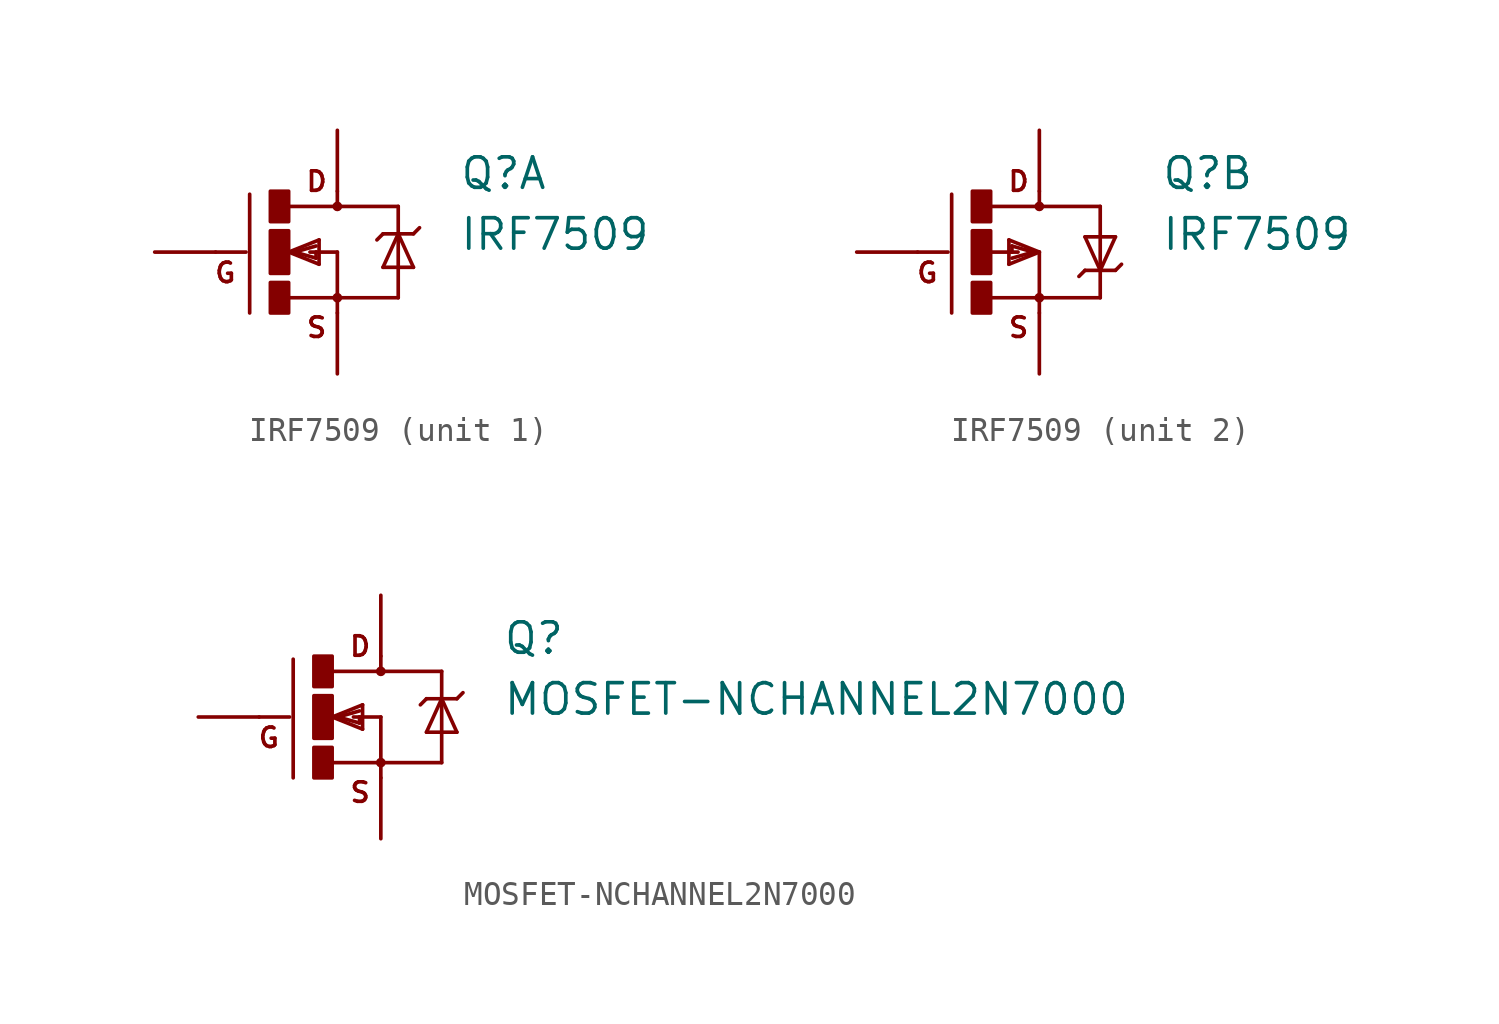
<source format=kicad_sym>
(kicad_symbol_lib
  (version 20211014)
  (generator kicad_symbol_editor)
  (symbol "IRF7509"
    (pin_numbers hide)
    (pin_names
      (offset 1.016) hide)
    (property "Reference" "Q"
      (at 5.08 2.54 0)
      (effects (font (size 1.27 1.27)) (justify left bottom)))
    (property "Value" "IRF7509"
      (at 5.08 0 0)
      (effects (font (size 1.27 1.27)) (justify left bottom)))
    (property "ki_locked" ""
      (at 0 0 0)
      (effects (font (size 1.27 1.27))))
    (symbol "IRF7509_1_0"
      (polyline (pts (xy -3.81 0) (xy -5.08 0)) (stroke (width 0) (type default) (color 0 0 0 0)) (fill (type none)))
      (polyline (pts (xy -3.658 2.413) (xy -3.658 -2.54)) (stroke (width 0) (type default) (color 0 0 0 0)) (fill (type none)))
      (polyline (pts (xy -2.032 -1.905) (xy 0 -1.905)) (stroke (width 0) (type default) (color 0 0 0 0)) (fill (type none)))
      (polyline (pts (xy -2.032 0) (xy -0.762 -0.508)) (stroke (width 0) (type default) (color 0 0 0 0)) (fill (type none)))
      (polyline (pts (xy -1.778 0) (xy -0.889 -0.254)) (stroke (width 0) (type default) (color 0 0 0 0)) (fill (type none)))
      (polyline (pts (xy -0.889 -0.254) (xy -0.889 0)) (stroke (width 0) (type default) (color 0 0 0 0)) (fill (type none)))
      (polyline (pts (xy -0.889 0) (xy -1.143 0)) (stroke (width 0) (type default) (color 0 0 0 0)) (fill (type none)))
      (polyline (pts (xy -0.889 0) (xy 0 0)) (stroke (width 0) (type default) (color 0 0 0 0)) (fill (type none)))
      (polyline (pts (xy -0.889 0.254) (xy -1.778 0)) (stroke (width 0) (type default) (color 0 0 0 0)) (fill (type none)))
      (polyline (pts (xy -0.762 -0.508) (xy -0.762 0.508)) (stroke (width 0) (type default) (color 0 0 0 0)) (fill (type none)))
      (polyline (pts (xy -0.762 0.508) (xy -2.032 0)) (stroke (width 0) (type default) (color 0 0 0 0)) (fill (type none)))
      (polyline (pts (xy 0 -1.905) (xy 0 -2.54)) (stroke (width 0) (type default) (color 0 0 0 0)) (fill (type none)))
      (polyline (pts (xy 0 0) (xy 0 -1.905)) (stroke (width 0) (type default) (color 0 0 0 0)) (fill (type none)))
      (polyline (pts (xy 0 1.905) (xy -2.007 1.905)) (stroke (width 0) (type default) (color 0 0 0 0)) (fill (type none)))
      (polyline (pts (xy 0 1.905) (xy 2.54 1.905)) (stroke (width 0) (type default) (color 0 0 0 0)) (fill (type none)))
      (polyline (pts (xy 0 2.54) (xy 0 1.905)) (stroke (width 0) (type default) (color 0 0 0 0)) (fill (type none)))
      (polyline (pts (xy 1.905 -0.635) (xy 3.175 -0.635)) (stroke (width 0) (type default) (color 0 0 0 0)) (fill (type none)))
      (polyline (pts (xy 1.905 0.762) (xy 1.651 0.508)) (stroke (width 0) (type default) (color 0 0 0 0)) (fill (type none)))
      (polyline (pts (xy 1.905 0.762) (xy 2.54 0.762)) (stroke (width 0) (type default) (color 0 0 0 0)) (fill (type none)))
      (polyline (pts (xy 2.54 -1.905) (xy 0 -1.905)) (stroke (width 0) (type default) (color 0 0 0 0)) (fill (type none)))
      (polyline (pts (xy 2.54 0.762) (xy 1.905 -0.635)) (stroke (width 0) (type default) (color 0 0 0 0)) (fill (type none)))
      (polyline (pts (xy 2.54 0.762) (xy 2.54 -1.905)) (stroke (width 0) (type default) (color 0 0 0 0)) (fill (type none)))
      (polyline (pts (xy 2.54 0.762) (xy 3.175 0.762)) (stroke (width 0) (type default) (color 0 0 0 0)) (fill (type none)))
      (polyline (pts (xy 2.54 1.905) (xy 2.54 0.762)) (stroke (width 0) (type default) (color 0 0 0 0)) (fill (type none)))
      (polyline (pts (xy 3.175 -0.635) (xy 2.54 0.762)) (stroke (width 0) (type default) (color 0 0 0 0)) (fill (type none)))
      (polyline (pts (xy 3.175 0.762) (xy 3.429 1.016)) (stroke (width 0) (type default) (color 0 0 0 0)) (fill (type none)))
      (text "D" (at -0.864 2.946 0) (effects (font (size 0.813 0.813))))
      (text "G" (at -4.674 -0.864 0) (effects (font (size 0.813 0.813))))
      (text "S" (at -0.864 -3.15 0) (effects (font (size 0.813 0.813)))))
    (symbol "IRF7509_1_1"
      (rectangle (start -2.794 -2.54) (end -2.032 -1.27) (stroke (width 0) (type default) (color 0 0 0 0)) (fill (type outline)))
      (rectangle (start -2.794 -0.889) (end -2.032 0.889) (stroke (width 0) (type default) (color 0 0 0 0)) (fill (type outline)))
      (rectangle (start -2.794 1.27) (end -2.032 2.54) (stroke (width 0) (type default) (color 0 0 0 0)) (fill (type outline)))
      (circle (center 0 -1.905) (radius 0.127) (stroke (width 0) (type default) (color 0 0 0 0)) (fill (type outline)))
      (circle (center 0 1.905) (radius 0.127) (stroke (width 0) (type default) (color 0 0 0 0)) (fill (type outline)))
      (pin passive line (at 0 -5.08 90) (length 2.54) (name "S" (effects (font (size 1.016 1.016)))) (number "1" (effects (font (size 1.016 1.016)))))
      (pin passive line (at -7.62 0 0) (length 2.54) (name "G" (effects (font (size 1.016 1.016)))) (number "2" (effects (font (size 1.016 1.016)))))
      (pin passive line (at 0 5.08 270) (length 2.54) (name "D" (effects (font (size 1.016 1.016)))) (number "7" (effects (font (size 1.016 1.016)))))
      (pin passive line (at 0 5.08 270) (length 2.54) hide (name "D" (effects (font (size 1.016 1.016)))) (number "8" (effects (font (size 1.016 1.016))))))
    (symbol "IRF7509_2_0"
      (polyline (pts (xy -3.81 0) (xy -5.08 0)) (stroke (width 0) (type default) (color 0 0 0 0)) (fill (type none)))
      (polyline (pts (xy -3.658 2.413) (xy -3.658 -2.54)) (stroke (width 0) (type default) (color 0 0 0 0)) (fill (type none)))
      (polyline (pts (xy -2.032 -1.905) (xy 0 -1.905)) (stroke (width 0) (type default) (color 0 0 0 0)) (fill (type none)))
      (polyline (pts (xy -1.27 -0.508) (xy 0 0)) (stroke (width 0) (type default) (color 0 0 0 0)) (fill (type none)))
      (polyline (pts (xy -1.27 0.508) (xy -1.27 -0.508)) (stroke (width 0) (type default) (color 0 0 0 0)) (fill (type none)))
      (polyline (pts (xy -1.143 -0.254) (xy -0.254 0)) (stroke (width 0) (type default) (color 0 0 0 0)) (fill (type none)))
      (polyline (pts (xy -1.143 0) (xy -2.032 0)) (stroke (width 0) (type default) (color 0 0 0 0)) (fill (type none)))
      (polyline (pts (xy -1.143 0) (xy -0.889 0)) (stroke (width 0) (type default) (color 0 0 0 0)) (fill (type none)))
      (polyline (pts (xy -1.143 0.254) (xy -1.143 0)) (stroke (width 0) (type default) (color 0 0 0 0)) (fill (type none)))
      (polyline (pts (xy -0.254 0) (xy -1.143 0.254)) (stroke (width 0) (type default) (color 0 0 0 0)) (fill (type none)))
      (polyline (pts (xy 0 -1.905) (xy 0 -2.54)) (stroke (width 0) (type default) (color 0 0 0 0)) (fill (type none)))
      (polyline (pts (xy 0 0) (xy -1.27 0.508)) (stroke (width 0) (type default) (color 0 0 0 0)) (fill (type none)))
      (polyline (pts (xy 0 0) (xy 0 -1.905)) (stroke (width 0) (type default) (color 0 0 0 0)) (fill (type none)))
      (polyline (pts (xy 0 1.905) (xy -2.007 1.905)) (stroke (width 0) (type default) (color 0 0 0 0)) (fill (type none)))
      (polyline (pts (xy 0 1.905) (xy 2.54 1.905)) (stroke (width 0) (type default) (color 0 0 0 0)) (fill (type none)))
      (polyline (pts (xy 0 2.54) (xy 0 1.905)) (stroke (width 0) (type default) (color 0 0 0 0)) (fill (type none)))
      (polyline (pts (xy 1.905 -0.762) (xy 1.651 -1.016)) (stroke (width 0) (type default) (color 0 0 0 0)) (fill (type none)))
      (polyline (pts (xy 1.905 0.635) (xy 2.54 -0.762)) (stroke (width 0) (type default) (color 0 0 0 0)) (fill (type none)))
      (polyline (pts (xy 2.54 -1.905) (xy 0 -1.905)) (stroke (width 0) (type default) (color 0 0 0 0)) (fill (type none)))
      (polyline (pts (xy 2.54 -1.905) (xy 2.54 -0.762)) (stroke (width 0) (type default) (color 0 0 0 0)) (fill (type none)))
      (polyline (pts (xy 2.54 -0.762) (xy 1.905 -0.762)) (stroke (width 0) (type default) (color 0 0 0 0)) (fill (type none)))
      (polyline (pts (xy 2.54 -0.762) (xy 2.54 1.905)) (stroke (width 0) (type default) (color 0 0 0 0)) (fill (type none)))
      (polyline (pts (xy 2.54 -0.762) (xy 3.175 0.635)) (stroke (width 0) (type default) (color 0 0 0 0)) (fill (type none)))
      (polyline (pts (xy 3.175 -0.762) (xy 2.54 -0.762)) (stroke (width 0) (type default) (color 0 0 0 0)) (fill (type none)))
      (polyline (pts (xy 3.175 -0.762) (xy 3.429 -0.508)) (stroke (width 0) (type default) (color 0 0 0 0)) (fill (type none)))
      (polyline (pts (xy 3.175 0.635) (xy 1.905 0.635)) (stroke (width 0) (type default) (color 0 0 0 0)) (fill (type none)))
      (text "D" (at -0.864 2.946 0) (effects (font (size 0.813 0.813))))
      (text "G" (at -4.674 -0.864 0) (effects (font (size 0.813 0.813))))
      (text "S" (at -0.864 -3.15 0) (effects (font (size 0.813 0.813)))))
    (symbol "IRF7509_2_1"
      (rectangle (start -2.794 -2.54) (end -2.032 -1.27) (stroke (width 0) (type default) (color 0 0 0 0)) (fill (type outline)))
      (rectangle (start -2.794 -0.889) (end -2.032 0.889) (stroke (width 0) (type default) (color 0 0 0 0)) (fill (type outline)))
      (rectangle (start -2.794 1.27) (end -2.032 2.54) (stroke (width 0) (type default) (color 0 0 0 0)) (fill (type outline)))
      (circle (center 0 -1.905) (radius 0.127) (stroke (width 0) (type default) (color 0 0 0 0)) (fill (type outline)))
      (circle (center 0 1.905) (radius 0.127) (stroke (width 0) (type default) (color 0 0 0 0)) (fill (type outline)))
      (pin passive line (at 0 -5.08 90) (length 2.54) (name "S" (effects (font (size 1.016 1.016)))) (number "3" (effects (font (size 1.016 1.016)))))
      (pin passive line (at -7.62 0 0) (length 2.54) (name "G" (effects (font (size 1.016 1.016)))) (number "4" (effects (font (size 1.016 1.016)))))
      (pin passive line (at 0 5.08 270) (length 2.54) (name "D" (effects (font (size 1.016 1.016)))) (number "5" (effects (font (size 1.016 1.016)))))
      (pin passive line (at 0 5.08 270) (length 2.54) hide (name "D" (effects (font (size 1.016 1.016)))) (number "6" (effects (font (size 1.016 1.016)))))))
  (symbol "MOSFET-NCHANNEL2N7000"
    (pin_numbers hide)
    (pin_names
      (offset 1.016) hide)
    (property "Reference" "Q"
      (at 5.08 2.54 0)
      (effects (font (size 1.27 1.27)) (justify left bottom)))
    (property "Value" "MOSFET-NCHANNEL2N7000"
      (at 5.08 0 0)
      (effects (font (size 1.27 1.27)) (justify left bottom)))
    (property "ki_locked" ""
      (at 0 0 0)
      (effects (font (size 1.27 1.27))))
    (symbol "MOSFET-NCHANNEL2N7000_1_0"
      (polyline (pts (xy -3.81 0) (xy -5.08 0)) (stroke (width 0) (type default) (color 0 0 0 0)) (fill (type none)))
      (polyline (pts (xy -3.658 2.413) (xy -3.658 -2.54)) (stroke (width 0) (type default) (color 0 0 0 0)) (fill (type none)))
      (polyline (pts (xy -2.032 -1.905) (xy 0 -1.905)) (stroke (width 0) (type default) (color 0 0 0 0)) (fill (type none)))
      (polyline (pts (xy -2.032 0) (xy -0.762 -0.508)) (stroke (width 0) (type default) (color 0 0 0 0)) (fill (type none)))
      (polyline (pts (xy -1.778 0) (xy -0.889 -0.254)) (stroke (width 0) (type default) (color 0 0 0 0)) (fill (type none)))
      (polyline (pts (xy -0.889 -0.254) (xy -0.889 0)) (stroke (width 0) (type default) (color 0 0 0 0)) (fill (type none)))
      (polyline (pts (xy -0.889 0) (xy -1.143 0)) (stroke (width 0) (type default) (color 0 0 0 0)) (fill (type none)))
      (polyline (pts (xy -0.889 0) (xy 0 0)) (stroke (width 0) (type default) (color 0 0 0 0)) (fill (type none)))
      (polyline (pts (xy -0.889 0.254) (xy -1.778 0)) (stroke (width 0) (type default) (color 0 0 0 0)) (fill (type none)))
      (polyline (pts (xy -0.762 -0.508) (xy -0.762 0.508)) (stroke (width 0) (type default) (color 0 0 0 0)) (fill (type none)))
      (polyline (pts (xy -0.762 0.508) (xy -2.032 0)) (stroke (width 0) (type default) (color 0 0 0 0)) (fill (type none)))
      (polyline (pts (xy 0 -1.905) (xy 0 -2.54)) (stroke (width 0) (type default) (color 0 0 0 0)) (fill (type none)))
      (polyline (pts (xy 0 0) (xy 0 -1.905)) (stroke (width 0) (type default) (color 0 0 0 0)) (fill (type none)))
      (polyline (pts (xy 0 1.905) (xy -2.007 1.905)) (stroke (width 0) (type default) (color 0 0 0 0)) (fill (type none)))
      (polyline (pts (xy 0 1.905) (xy 2.54 1.905)) (stroke (width 0) (type default) (color 0 0 0 0)) (fill (type none)))
      (polyline (pts (xy 0 2.54) (xy 0 1.905)) (stroke (width 0) (type default) (color 0 0 0 0)) (fill (type none)))
      (polyline (pts (xy 1.905 -0.635) (xy 3.175 -0.635)) (stroke (width 0) (type default) (color 0 0 0 0)) (fill (type none)))
      (polyline (pts (xy 1.905 0.762) (xy 1.651 0.508)) (stroke (width 0) (type default) (color 0 0 0 0)) (fill (type none)))
      (polyline (pts (xy 1.905 0.762) (xy 2.54 0.762)) (stroke (width 0) (type default) (color 0 0 0 0)) (fill (type none)))
      (polyline (pts (xy 2.54 -1.905) (xy 0 -1.905)) (stroke (width 0) (type default) (color 0 0 0 0)) (fill (type none)))
      (polyline (pts (xy 2.54 0.762) (xy 1.905 -0.635)) (stroke (width 0) (type default) (color 0 0 0 0)) (fill (type none)))
      (polyline (pts (xy 2.54 0.762) (xy 2.54 -1.905)) (stroke (width 0) (type default) (color 0 0 0 0)) (fill (type none)))
      (polyline (pts (xy 2.54 0.762) (xy 3.175 0.762)) (stroke (width 0) (type default) (color 0 0 0 0)) (fill (type none)))
      (polyline (pts (xy 2.54 1.905) (xy 2.54 0.762)) (stroke (width 0) (type default) (color 0 0 0 0)) (fill (type none)))
      (polyline (pts (xy 3.175 -0.635) (xy 2.54 0.762)) (stroke (width 0) (type default) (color 0 0 0 0)) (fill (type none)))
      (polyline (pts (xy 3.175 0.762) (xy 3.429 1.016)) (stroke (width 0) (type default) (color 0 0 0 0)) (fill (type none)))
      (text "D" (at -0.864 2.946 0) (effects (font (size 0.813 0.813))))
      (text "G" (at -4.674 -0.864 0) (effects (font (size 0.813 0.813))))
      (text "S" (at -0.864 -3.15 0) (effects (font (size 0.813 0.813)))))
    (symbol "MOSFET-NCHANNEL2N7000_1_1"
      (rectangle (start -2.794 -2.54) (end -2.032 -1.27) (stroke (width 0) (type default) (color 0 0 0 0)) (fill (type outline)))
      (rectangle (start -2.794 -0.889) (end -2.032 0.889) (stroke (width 0) (type default) (color 0 0 0 0)) (fill (type outline)))
      (rectangle (start -2.794 1.27) (end -2.032 2.54) (stroke (width 0) (type default) (color 0 0 0 0)) (fill (type outline)))
      (circle (center 0 -1.905) (radius 0.127) (stroke (width 0) (type default) (color 0 0 0 0)) (fill (type outline)))
      (circle (center 0 1.905) (radius 0.127) (stroke (width 0) (type default) (color 0 0 0 0)) (fill (type outline)))
      (pin passive line (at 0 -5.08 90) (length 2.54) (name "S" (effects (font (size 1.016 1.016)))) (number "1" (effects (font (size 1.016 1.016)))))
      (pin passive line (at -7.62 0 0) (length 2.54) (name "G" (effects (font (size 1.016 1.016)))) (number "2" (effects (font (size 1.016 1.016)))))
      (pin passive line (at 0 5.08 270) (length 2.54) (name "D" (effects (font (size 1.016 1.016)))) (number "3" (effects (font (size 1.016 1.016))))))))
</source>
